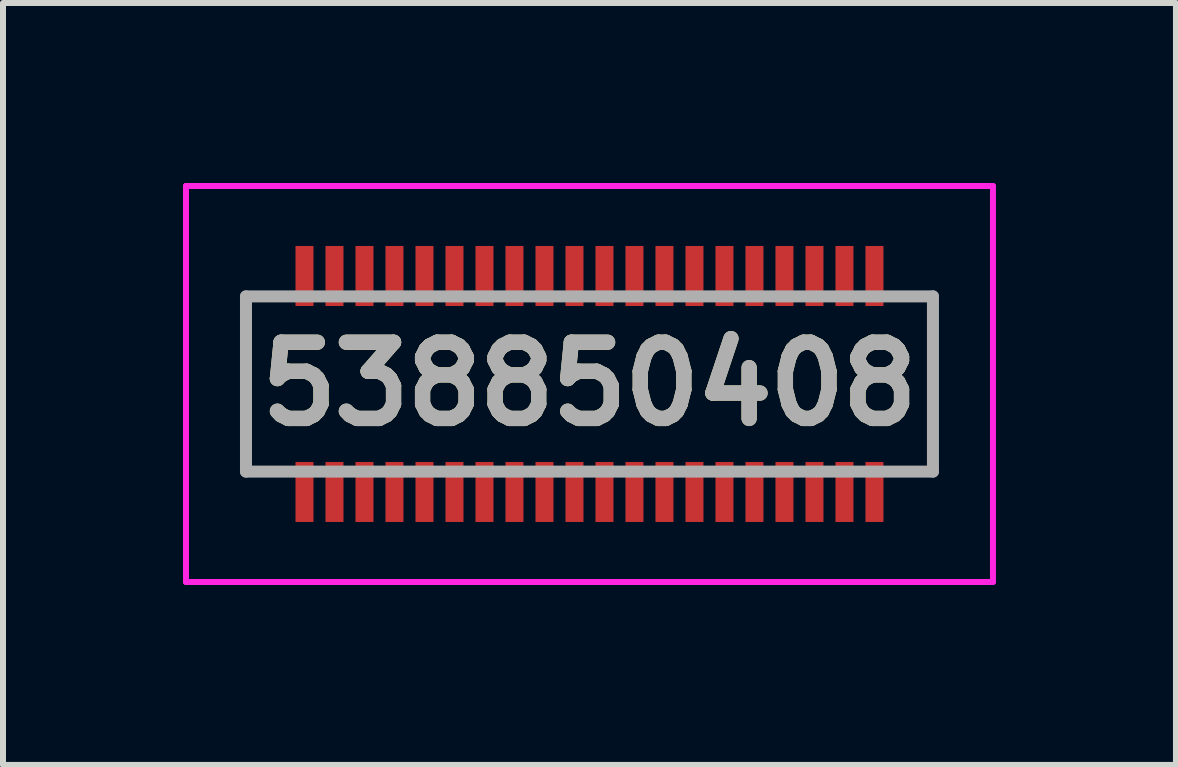
<source format=kicad_pcb>
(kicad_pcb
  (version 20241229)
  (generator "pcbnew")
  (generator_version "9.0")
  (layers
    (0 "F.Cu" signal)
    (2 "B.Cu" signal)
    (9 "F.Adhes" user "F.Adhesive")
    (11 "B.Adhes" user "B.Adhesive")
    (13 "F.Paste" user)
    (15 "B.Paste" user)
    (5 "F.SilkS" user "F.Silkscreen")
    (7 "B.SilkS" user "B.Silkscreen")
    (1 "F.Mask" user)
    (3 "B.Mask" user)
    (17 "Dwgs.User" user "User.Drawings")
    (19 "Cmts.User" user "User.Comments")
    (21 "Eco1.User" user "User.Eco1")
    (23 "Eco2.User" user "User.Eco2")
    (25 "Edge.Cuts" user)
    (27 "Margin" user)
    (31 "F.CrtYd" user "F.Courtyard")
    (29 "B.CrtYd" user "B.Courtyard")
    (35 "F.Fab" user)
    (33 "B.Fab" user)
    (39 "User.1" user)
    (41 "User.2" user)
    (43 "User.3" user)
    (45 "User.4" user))
  (footprint "538850408"
    (layer "F.Cu")
    (at 6.775 3.35)
    (property "Reference" "538850408" (at 0 0 0) (layer "F.SilkS") (effects (font (size 1.27 1.27) (thickness 0.254))))
    (attr smd)
    (fp_line (start -5.725 1.46) (end -5.725 -1.5) (stroke (width 0.1) (type solid)) (layer "F.SilkS"))
    (fp_line (start 5.725 1.46) (end 5.725 -1.46) (stroke (width 0.1) (type solid)) (layer "F.SilkS"))
    (fp_line (start -6.725 -3.3) (end 6.725 -3.3) (stroke (width 0.1) (type solid)) (layer "F.CrtYd"))
    (fp_line (start -6.725 3.3) (end -6.725 -3.3) (stroke (width 0.1) (type solid)) (layer "F.CrtYd"))
    (fp_line (start 6.725 -3.3) (end 6.725 3.3) (stroke (width 0.1) (type solid)) (layer "F.CrtYd"))
    (fp_line (start 6.725 3.3) (end -6.725 3.3) (stroke (width 0.1) (type solid)) (layer "F.CrtYd"))
    (fp_line (start -5.725 -1.46) (end 5.725 -1.46) (stroke (width 0.2) (type solid)) (layer "F.Fab"))
    (fp_line (start -5.725 1.46) (end -5.725 -1.46) (stroke (width 0.2) (type solid)) (layer "F.Fab"))
    (fp_line (start 5.725 -1.46) (end 5.725 1.46) (stroke (width 0.2) (type solid)) (layer "F.Fab"))
    (fp_line (start 5.725 1.46) (end -5.725 1.46) (stroke (width 0.2) (type solid)) (layer "F.Fab"))
    (fp_text user "${REFERENCE}" (at 0 0 0) (layer "F.Fab") (effects (font (size 1.27 1.27) (thickness 0.254))))
    (pad "1" smd rect (at -4.75 1.8) (size 0.3 1) (layers "F.Cu" "F.Mask" "F.Paste"))
    (pad "2" smd rect (at -4.75 -1.8) (size 0.3 1) (layers "F.Cu" "F.Mask" "F.Paste"))
    (pad "3" smd rect (at -4.25 1.8) (size 0.3 1) (layers "F.Cu" "F.Mask" "F.Paste"))
    (pad "4" smd rect (at -4.25 -1.8) (size 0.3 1) (layers "F.Cu" "F.Mask" "F.Paste"))
    (pad "5" smd rect (at -3.75 1.8) (size 0.3 1) (layers "F.Cu" "F.Mask" "F.Paste"))
    (pad "6" smd rect (at -3.75 -1.8) (size 0.3 1) (layers "F.Cu" "F.Mask" "F.Paste"))
    (pad "7" smd rect (at -3.25 1.8) (size 0.3 1) (layers "F.Cu" "F.Mask" "F.Paste"))
    (pad "8" smd rect (at -3.25 -1.8) (size 0.3 1) (layers "F.Cu" "F.Mask" "F.Paste"))
    (pad "9" smd rect (at -2.75 1.8) (size 0.3 1) (layers "F.Cu" "F.Mask" "F.Paste"))
    (pad "10" smd rect (at -2.75 -1.8) (size 0.3 1) (layers "F.Cu" "F.Mask" "F.Paste"))
    (pad "11" smd rect (at -2.25 1.8) (size 0.3 1) (layers "F.Cu" "F.Mask" "F.Paste"))
    (pad "12" smd rect (at -2.25 -1.8) (size 0.3 1) (layers "F.Cu" "F.Mask" "F.Paste"))
    (pad "13" smd rect (at -1.75 1.8) (size 0.3 1) (layers "F.Cu" "F.Mask" "F.Paste"))
    (pad "14" smd rect (at -1.75 -1.8) (size 0.3 1) (layers "F.Cu" "F.Mask" "F.Paste"))
    (pad "15" smd rect (at -1.25 1.8) (size 0.3 1) (layers "F.Cu" "F.Mask" "F.Paste"))
    (pad "16" smd rect (at -1.25 -1.8) (size 0.3 1) (layers "F.Cu" "F.Mask" "F.Paste"))
    (pad "17" smd rect (at -0.75 1.8) (size 0.3 1) (layers "F.Cu" "F.Mask" "F.Paste"))
    (pad "18" smd rect (at -0.75 -1.8) (size 0.3 1) (layers "F.Cu" "F.Mask" "F.Paste"))
    (pad "19" smd rect (at -0.25 1.8) (size 0.3 1) (layers "F.Cu" "F.Mask" "F.Paste"))
    (pad "20" smd rect (at -0.25 -1.8) (size 0.3 1) (layers "F.Cu" "F.Mask" "F.Paste"))
    (pad "21" smd rect (at 0.25 1.8) (size 0.3 1) (layers "F.Cu" "F.Mask" "F.Paste"))
    (pad "22" smd rect (at 0.25 -1.8) (size 0.3 1) (layers "F.Cu" "F.Mask" "F.Paste"))
    (pad "23" smd rect (at 0.75 1.8) (size 0.3 1) (layers "F.Cu" "F.Mask" "F.Paste"))
    (pad "24" smd rect (at 0.75 -1.8) (size 0.3 1) (layers "F.Cu" "F.Mask" "F.Paste"))
    (pad "25" smd rect (at 1.25 1.8) (size 0.3 1) (layers "F.Cu" "F.Mask" "F.Paste"))
    (pad "26" smd rect (at 1.25 -1.8) (size 0.3 1) (layers "F.Cu" "F.Mask" "F.Paste"))
    (pad "27" smd rect (at 1.75 1.8) (size 0.3 1) (layers "F.Cu" "F.Mask" "F.Paste"))
    (pad "28" smd rect (at 1.75 -1.8) (size 0.3 1) (layers "F.Cu" "F.Mask" "F.Paste"))
    (pad "29" smd rect (at 2.25 1.8) (size 0.3 1) (layers "F.Cu" "F.Mask" "F.Paste"))
    (pad "30" smd rect (at 2.25 -1.8) (size 0.3 1) (layers "F.Cu" "F.Mask" "F.Paste"))
    (pad "31" smd rect (at 2.75 1.8) (size 0.3 1) (layers "F.Cu" "F.Mask" "F.Paste"))
    (pad "32" smd rect (at 2.75 -1.8) (size 0.3 1) (layers "F.Cu" "F.Mask" "F.Paste"))
    (pad "33" smd rect (at 3.25 1.8) (size 0.3 1) (layers "F.Cu" "F.Mask" "F.Paste"))
    (pad "34" smd rect (at 3.25 -1.8) (size 0.3 1) (layers "F.Cu" "F.Mask" "F.Paste"))
    (pad "35" smd rect (at 3.75 1.8) (size 0.3 1) (layers "F.Cu" "F.Mask" "F.Paste"))
    (pad "36" smd rect (at 3.75 -1.8) (size 0.3 1) (layers "F.Cu" "F.Mask" "F.Paste"))
    (pad "37" smd rect (at 4.25 1.8) (size 0.3 1) (layers "F.Cu" "F.Mask" "F.Paste"))
    (pad "38" smd rect (at 4.25 -1.8) (size 0.3 1) (layers "F.Cu" "F.Mask" "F.Paste"))
    (pad "39" smd rect (at 4.75 1.8) (size 0.3 1) (layers "F.Cu" "F.Mask" "F.Paste"))
    (pad "40" smd rect (at 4.75 -1.8) (size 0.3 1) (layers "F.Cu" "F.Mask" "F.Paste")))
  (gr_rect
    (start -3 -3)
    (end 16.55 9.7)
    (stroke (width 0.1) (type default))
    (fill no)
    (layer "Edge.Cuts")))
</source>
